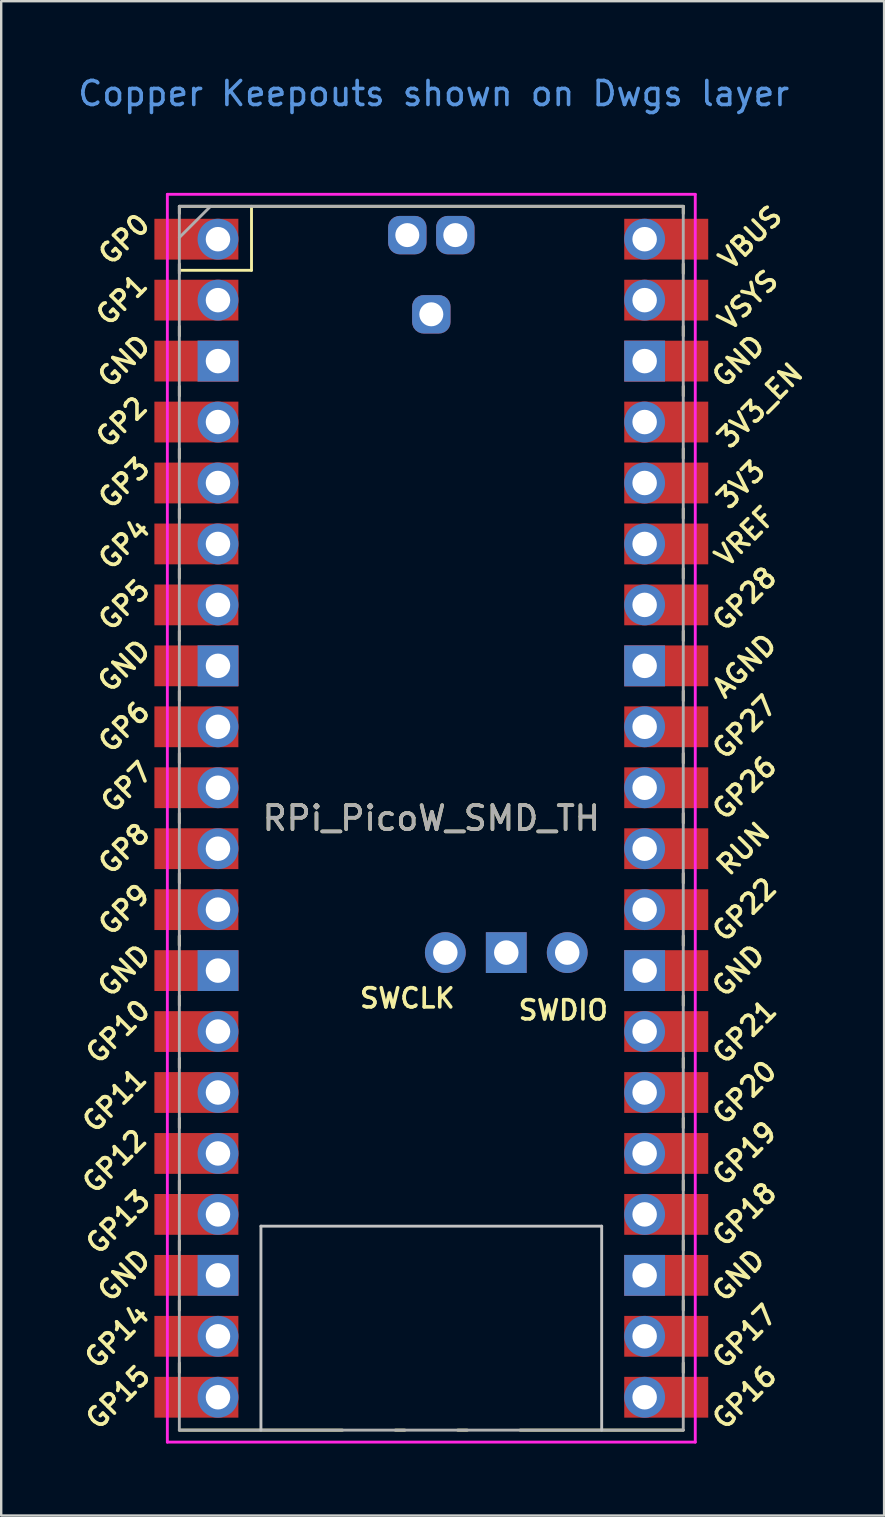
<source format=kicad_pcb>
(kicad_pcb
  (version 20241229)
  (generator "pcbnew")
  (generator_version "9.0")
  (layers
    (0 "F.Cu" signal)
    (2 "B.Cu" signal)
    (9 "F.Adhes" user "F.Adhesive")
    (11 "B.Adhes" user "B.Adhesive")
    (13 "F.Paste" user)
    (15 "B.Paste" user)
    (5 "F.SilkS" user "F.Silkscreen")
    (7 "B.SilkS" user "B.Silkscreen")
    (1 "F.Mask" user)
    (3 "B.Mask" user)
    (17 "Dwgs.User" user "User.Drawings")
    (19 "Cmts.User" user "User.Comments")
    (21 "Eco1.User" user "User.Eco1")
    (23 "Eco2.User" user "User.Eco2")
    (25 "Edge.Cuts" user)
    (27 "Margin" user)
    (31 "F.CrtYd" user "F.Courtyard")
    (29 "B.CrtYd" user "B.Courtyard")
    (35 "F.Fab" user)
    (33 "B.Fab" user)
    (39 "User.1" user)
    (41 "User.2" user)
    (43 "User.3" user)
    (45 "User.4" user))
  (footprint "RPi_PicoW_SMD_TH"
    (layer "F.Cu")
    (at 14.924 31.048)
    (property "Reference" "RPi_PicoW_SMD_TH" (at 0 0 0) (layer "F.SilkS") (effects (font (size 1 1) (thickness 0.15))))
    (attr through_hole)
    (fp_line (start -10.5 -25.5) (end -10.5 -25.2) (stroke (width 0.12) (type solid)) (layer "F.SilkS"))
    (fp_line (start -10.5 -25.5) (end 10.5 -25.5) (stroke (width 0.12) (type solid)) (layer "F.SilkS"))
    (fp_line (start -10.5 -23.1) (end -10.5 -22.7) (stroke (width 0.12) (type solid)) (layer "F.SilkS"))
    (fp_line (start -10.5 -22.833) (end -7.493 -22.833) (stroke (width 0.12) (type solid)) (layer "F.SilkS"))
    (fp_line (start -10.5 -20.5) (end -10.5 -20.1) (stroke (width 0.12) (type solid)) (layer "F.SilkS"))
    (fp_line (start -10.5 -18) (end -10.5 -17.6) (stroke (width 0.12) (type solid)) (layer "F.SilkS"))
    (fp_line (start -10.5 -15.4) (end -10.5 -15) (stroke (width 0.12) (type solid)) (layer "F.SilkS"))
    (fp_line (start -10.5 -12.9) (end -10.5 -12.5) (stroke (width 0.12) (type solid)) (layer "F.SilkS"))
    (fp_line (start -10.5 -10.4) (end -10.5 -10) (stroke (width 0.12) (type solid)) (layer "F.SilkS"))
    (fp_line (start -10.5 -7.8) (end -10.5 -7.4) (stroke (width 0.12) (type solid)) (layer "F.SilkS"))
    (fp_line (start -10.5 -5.3) (end -10.5 -4.9) (stroke (width 0.12) (type solid)) (layer "F.SilkS"))
    (fp_line (start -10.5 -2.7) (end -10.5 -2.3) (stroke (width 0.12) (type solid)) (layer "F.SilkS"))
    (fp_line (start -10.5 -0.2) (end -10.5 0.2) (stroke (width 0.12) (type solid)) (layer "F.SilkS"))
    (fp_line (start -10.5 2.3) (end -10.5 2.7) (stroke (width 0.12) (type solid)) (layer "F.SilkS"))
    (fp_line (start -10.5 4.9) (end -10.5 5.3) (stroke (width 0.12) (type solid)) (layer "F.SilkS"))
    (fp_line (start -10.5 4.9) (end -10.5 5.3) (stroke (width 0.12) (type solid)) (layer "F.SilkS"))
    (fp_line (start -10.5 7.4) (end -10.5 7.8) (stroke (width 0.12) (type solid)) (layer "F.SilkS"))
    (fp_line (start -10.5 10) (end -10.5 10.4) (stroke (width 0.12) (type solid)) (layer "F.SilkS"))
    (fp_line (start -10.5 12.5) (end -10.5 12.9) (stroke (width 0.12) (type solid)) (layer "F.SilkS"))
    (fp_line (start -10.5 15.1) (end -10.5 15.5) (stroke (width 0.12) (type solid)) (layer "F.SilkS"))
    (fp_line (start -10.5 17.6) (end -10.5 18) (stroke (width 0.12) (type solid)) (layer "F.SilkS"))
    (fp_line (start -10.5 20.1) (end -10.5 20.5) (stroke (width 0.12) (type solid)) (layer "F.SilkS"))
    (fp_line (start -10.5 22.7) (end -10.5 23.1) (stroke (width 0.12) (type solid)) (layer "F.SilkS"))
    (fp_line (start -7.493 -22.833) (end -7.493 -25.5) (stroke (width 0.12) (type solid)) (layer "F.SilkS"))
    (fp_line (start -3.7 25.5) (end -10.5 25.5) (stroke (width 0.12) (type solid)) (layer "F.SilkS"))
    (fp_line (start -1.5 25.5) (end -1.1 25.5) (stroke (width 0.12) (type solid)) (layer "F.SilkS"))
    (fp_line (start 1.1 25.5) (end 1.5 25.5) (stroke (width 0.12) (type solid)) (layer "F.SilkS"))
    (fp_line (start 10.5 -25.5) (end 10.5 -25.2) (stroke (width 0.12) (type solid)) (layer "F.SilkS"))
    (fp_line (start 10.5 -23.1) (end 10.5 -22.7) (stroke (width 0.12) (type solid)) (layer "F.SilkS"))
    (fp_line (start 10.5 -20.5) (end 10.5 -20.1) (stroke (width 0.12) (type solid)) (layer "F.SilkS"))
    (fp_line (start 10.5 -18) (end 10.5 -17.6) (stroke (width 0.12) (type solid)) (layer "F.SilkS"))
    (fp_line (start 10.5 -15.4) (end 10.5 -15) (stroke (width 0.12) (type solid)) (layer "F.SilkS"))
    (fp_line (start 10.5 -12.9) (end 10.5 -12.5) (stroke (width 0.12) (type solid)) (layer "F.SilkS"))
    (fp_line (start 10.5 -10.4) (end 10.5 -10) (stroke (width 0.12) (type solid)) (layer "F.SilkS"))
    (fp_line (start 10.5 -7.8) (end 10.5 -7.4) (stroke (width 0.12) (type solid)) (layer "F.SilkS"))
    (fp_line (start 10.5 -5.3) (end 10.5 -4.9) (stroke (width 0.12) (type solid)) (layer "F.SilkS"))
    (fp_line (start 10.5 -2.7) (end 10.5 -2.3) (stroke (width 0.12) (type solid)) (layer "F.SilkS"))
    (fp_line (start 10.5 -0.2) (end 10.5 0.2) (stroke (width 0.12) (type solid)) (layer "F.SilkS"))
    (fp_line (start 10.5 2.3) (end 10.5 2.7) (stroke (width 0.12) (type solid)) (layer "F.SilkS"))
    (fp_line (start 10.5 4.9) (end 10.5 5.3) (stroke (width 0.12) (type solid)) (layer "F.SilkS"))
    (fp_line (start 10.5 7.4) (end 10.5 7.8) (stroke (width 0.12) (type solid)) (layer "F.SilkS"))
    (fp_line (start 10.5 10) (end 10.5 10.4) (stroke (width 0.12) (type solid)) (layer "F.SilkS"))
    (fp_line (start 10.5 12.5) (end 10.5 12.9) (stroke (width 0.12) (type solid)) (layer "F.SilkS"))
    (fp_line (start 10.5 15.1) (end 10.5 15.5) (stroke (width 0.12) (type solid)) (layer "F.SilkS"))
    (fp_line (start 10.5 17.6) (end 10.5 18) (stroke (width 0.12) (type solid)) (layer "F.SilkS"))
    (fp_line (start 10.5 20.1) (end 10.5 20.5) (stroke (width 0.12) (type solid)) (layer "F.SilkS"))
    (fp_line (start 10.5 22.7) (end 10.5 23.1) (stroke (width 0.12) (type solid)) (layer "F.SilkS"))
    (fp_line (start 10.5 25.5) (end 3.7 25.5) (stroke (width 0.12) (type solid)) (layer "F.SilkS"))
    (fp_line (start -7.1 17) (end 7.1 17) (stroke (width 0.12) (type solid)) (layer "Dwgs.User"))
    (fp_line (start -7.1 25.5) (end -7.1 17) (stroke (width 0.12) (type solid)) (layer "Dwgs.User"))
    (fp_line (start 7.1 17) (end 7.1 25.5) (stroke (width 0.12) (type solid)) (layer "Dwgs.User"))
    (fp_line (start -11 -26) (end 11 -26) (stroke (width 0.12) (type solid)) (layer "F.CrtYd"))
    (fp_line (start -11 26) (end -11 -26) (stroke (width 0.12) (type solid)) (layer "F.CrtYd"))
    (fp_line (start 11 -26) (end 11 26) (stroke (width 0.12) (type solid)) (layer "F.CrtYd"))
    (fp_line (start 11 26) (end -11 26) (stroke (width 0.12) (type solid)) (layer "F.CrtYd"))
    (fp_line (start -10.5 -25.5) (end 10.5 -25.5) (stroke (width 0.12) (type solid)) (layer "F.Fab"))
    (fp_line (start -10.5 -24.2) (end -9.2 -25.5) (stroke (width 0.12) (type solid)) (layer "F.Fab"))
    (fp_line (start -10.5 25.5) (end -10.5 -25.5) (stroke (width 0.12) (type solid)) (layer "F.Fab"))
    (fp_line (start 10.5 -25.5) (end 10.5 25.5) (stroke (width 0.12) (type solid)) (layer "F.Fab"))
    (fp_line (start 10.5 25.5) (end -10.5 25.5) (stroke (width 0.12) (type solid)) (layer "F.Fab"))
    (fp_text user "GND" (at -12.8 6.35 45) (layer "F.SilkS") (effects (font (size 0.8 0.8) (thickness 0.15))))
    (fp_text user "GP3" (at -12.8 -13.97 45) (layer "F.SilkS") (effects (font (size 0.8 0.8) (thickness 0.15))))
    (fp_text user "GP18" (at 13.054 16.51 45) (layer "F.SilkS") (effects (font (size 0.8 0.8) (thickness 0.15))))
    (fp_text user "VREF" (at 13.068 -11.742 45) (layer "F.SilkS") (effects (font (size 0.8 0.8) (thickness 0.15))))
    (fp_text user "GP16" (at 13.054 24.13 45) (layer "F.SilkS") (effects (font (size 0.8 0.8) (thickness 0.15))))
    (fp_text user "GP9" (at -12.8 3.81 45) (layer "F.SilkS") (effects (font (size 0.8 0.8) (thickness 0.15))))
    (fp_text user "GND" (at -12.8 -6.35 45) (layer "F.SilkS") (effects (font (size 0.8 0.8) (thickness 0.15))))
    (fp_text user "GP14" (at -13.1 21.59 45) (layer "F.SilkS") (effects (font (size 0.8 0.8) (thickness 0.15))))
    (fp_text user "GP27" (at 13.054 -3.8 45) (layer "F.SilkS") (effects (font (size 0.8 0.8) (thickness 0.15))))
    (fp_text user "VSYS" (at 13.2 -21.59 45) (layer "F.SilkS") (effects (font (size 0.8 0.8) (thickness 0.15))))
    (fp_text user "GP20" (at 13.054 11.43 45) (layer "F.SilkS") (effects (font (size 0.8 0.8) (thickness 0.15))))
    (fp_text user "3V3_EN" (at 13.7 -17.2 45) (layer "F.SilkS") (effects (font (size 0.8 0.8) (thickness 0.15))))
    (fp_text user "RUN" (at 13 1.27 45) (layer "F.SilkS") (effects (font (size 0.8 0.8) (thickness 0.15))))
    (fp_text user "GP19" (at 13.054 13.97 45) (layer "F.SilkS") (effects (font (size 0.8 0.8) (thickness 0.15))))
    (fp_text user "GP22" (at 13.054 3.81 45) (layer "F.SilkS") (effects (font (size 0.8 0.8) (thickness 0.15))))
    (fp_text user "GND" (at 12.8 19.05 45) (layer "F.SilkS") (effects (font (size 0.8 0.8) (thickness 0.15))))
    (fp_text user "GND" (at 12.8 6.35 45) (layer "F.SilkS") (effects (font (size 0.8 0.8) (thickness 0.15))))
    (fp_text user "GP12" (at -13.2 14.293 45) (layer "F.SilkS") (effects (font (size 0.8 0.8) (thickness 0.15))))
    (fp_text user "GP0" (at -12.8 -24.13 45) (layer "F.SilkS") (effects (font (size 0.8 0.8) (thickness 0.15))))
    (fp_text user "GP17" (at 13.054 21.59 45) (layer "F.SilkS") (effects (font (size 0.8 0.8) (thickness 0.15))))
    (fp_text user "GP6" (at -12.8 -3.81 45) (layer "F.SilkS") (effects (font (size 0.8 0.8) (thickness 0.15))))
    (fp_text user "AGND" (at 13.054 -6.35 45) (layer "F.SilkS") (effects (font (size 0.8 0.8) (thickness 0.15))))
    (fp_text user "GP1" (at -12.9 -21.6 45) (layer "F.SilkS") (effects (font (size 0.8 0.8) (thickness 0.15))))
    (fp_text user "SWCLK" (at -1 7.5 0) (layer "F.SilkS") (effects (font (size 0.8 0.8) (thickness 0.15))))
    (fp_text user "GND" (at -12.8 -19.05 45) (layer "F.SilkS") (effects (font (size 0.8 0.8) (thickness 0.15))))
    (fp_text user "GND" (at 12.8 -19.05 45) (layer "F.SilkS") (effects (font (size 0.8 0.8) (thickness 0.15))))
    (fp_text user "GP10" (at -13.054 8.89 45) (layer "F.SilkS") (effects (font (size 0.8 0.8) (thickness 0.15))))
    (fp_text user "GP11" (at -13.2 11.752 45) (layer "F.SilkS") (effects (font (size 0.8 0.8) (thickness 0.15))))
    (fp_text user "GP4" (at -12.8 -11.43 45) (layer "F.SilkS") (effects (font (size 0.8 0.8) (thickness 0.15))))
    (fp_text user "GP5" (at -12.8 -8.89 45) (layer "F.SilkS") (effects (font (size 0.8 0.8) (thickness 0.15))))
    (fp_text user "GP26" (at 13.054 -1.27 45) (layer "F.SilkS") (effects (font (size 0.8 0.8) (thickness 0.15))))
    (fp_text user "GP21" (at 13.054 8.9 45) (layer "F.SilkS") (effects (font (size 0.8 0.8) (thickness 0.15))))
    (fp_text user "GP8" (at -12.8 1.27 45) (layer "F.SilkS") (effects (font (size 0.8 0.8) (thickness 0.15))))
    (fp_text user "GP2" (at -12.9 -16.51 45) (layer "F.SilkS") (effects (font (size 0.8 0.8) (thickness 0.15))))
    (fp_text user "GP28" (at 13.054 -9.144 45) (layer "F.SilkS") (effects (font (size 0.8 0.8) (thickness 0.15))))
    (fp_text user "GP13" (at -13.054 16.832 45) (layer "F.SilkS") (effects (font (size 0.8 0.8) (thickness 0.15))))
    (fp_text user "GP15" (at -13.054 24.13 45) (layer "F.SilkS") (effects (font (size 0.8 0.8) (thickness 0.15))))
    (fp_text user "GND" (at -12.8 19.05 45) (layer "F.SilkS") (effects (font (size 0.8 0.8) (thickness 0.15))))
    (fp_text user "GP7" (at -12.7 -1.3 45) (layer "F.SilkS") (effects (font (size 0.8 0.8) (thickness 0.15))))
    (fp_text user "VBUS" (at 13.3 -24.2 45) (layer "F.SilkS") (effects (font (size 0.8 0.8) (thickness 0.15))))
    (fp_text user "SWDIO" (at 5.5 8 0) (layer "F.SilkS") (effects (font (size 0.8 0.8) (thickness 0.15))))
    (fp_text user "3V3" (at 12.9 -13.9 45) (layer "F.SilkS") (effects (font (size 0.8 0.8) (thickness 0.15))))
    (fp_text user "Copper Keepouts shown on Dwgs layer" (at 0.1 -30.2 0) (layer "Cmts.User") (effects (font (size 1 1) (thickness 0.15))))
    (fp_text user "${REFERENCE}" (at 0 0 180) (layer "F.Fab") (effects (font (size 1 1) (thickness 0.15))))
    (pad "1" thru_hole oval (at -8.89 -24.13) (size 1.7 1.7) (drill 1.02) (layers "*.Cu" "*.Mask"))
    (pad "1" smd rect (at -8.89 -24.13) (size 3.5 1.7) (drill (offset -0.9 0)) (layers "F.Cu" "F.Mask"))
    (pad "2" thru_hole oval (at -8.89 -21.59) (size 1.7 1.7) (drill 1.02) (layers "*.Cu" "*.Mask"))
    (pad "2" smd rect (at -8.89 -21.59) (size 3.5 1.7) (drill (offset -0.9 0)) (layers "F.Cu" "F.Mask"))
    (pad "3" thru_hole rect (at -8.89 -19.05) (size 1.7 1.7) (drill 1.02) (layers "*.Cu" "*.Mask"))
    (pad "3" smd rect (at -8.89 -19.05) (size 3.5 1.7) (drill (offset -0.9 0)) (layers "F.Cu" "F.Mask"))
    (pad "4" thru_hole oval (at -8.89 -16.51) (size 1.7 1.7) (drill 1.02) (layers "*.Cu" "*.Mask"))
    (pad "4" smd rect (at -8.89 -16.51) (size 3.5 1.7) (drill (offset -0.9 0)) (layers "F.Cu" "F.Mask"))
    (pad "5" thru_hole oval (at -8.89 -13.97) (size 1.7 1.7) (drill 1.02) (layers "*.Cu" "*.Mask"))
    (pad "5" smd rect (at -8.89 -13.97) (size 3.5 1.7) (drill (offset -0.9 0)) (layers "F.Cu" "F.Mask"))
    (pad "6" thru_hole oval (at -8.89 -11.43) (size 1.7 1.7) (drill 1.02) (layers "*.Cu" "*.Mask"))
    (pad "6" smd rect (at -8.89 -11.43) (size 3.5 1.7) (drill (offset -0.9 0)) (layers "F.Cu" "F.Mask"))
    (pad "7" thru_hole oval (at -8.89 -8.89) (size 1.7 1.7) (drill 1.02) (layers "*.Cu" "*.Mask"))
    (pad "7" smd rect (at -8.89 -8.89) (size 3.5 1.7) (drill (offset -0.9 0)) (layers "F.Cu" "F.Mask"))
    (pad "8" thru_hole rect (at -8.89 -6.35) (size 1.7 1.7) (drill 1.02) (layers "*.Cu" "*.Mask"))
    (pad "8" smd rect (at -8.89 -6.35) (size 3.5 1.7) (drill (offset -0.9 0)) (layers "F.Cu" "F.Mask"))
    (pad "9" thru_hole oval (at -8.89 -3.81) (size 1.7 1.7) (drill 1.02) (layers "*.Cu" "*.Mask"))
    (pad "9" smd rect (at -8.89 -3.81) (size 3.5 1.7) (drill (offset -0.9 0)) (layers "F.Cu" "F.Mask"))
    (pad "10" thru_hole oval (at -8.89 -1.27) (size 1.7 1.7) (drill 1.02) (layers "*.Cu" "*.Mask"))
    (pad "10" smd rect (at -8.89 -1.27) (size 3.5 1.7) (drill (offset -0.9 0)) (layers "F.Cu" "F.Mask"))
    (pad "11" thru_hole oval (at -8.89 1.27) (size 1.7 1.7) (drill 1.02) (layers "*.Cu" "*.Mask"))
    (pad "11" smd rect (at -8.89 1.27) (size 3.5 1.7) (drill (offset -0.9 0)) (layers "F.Cu" "F.Mask"))
    (pad "12" thru_hole oval (at -8.89 3.81) (size 1.7 1.7) (drill 1.02) (layers "*.Cu" "*.Mask"))
    (pad "12" smd rect (at -8.89 3.81) (size 3.5 1.7) (drill (offset -0.9 0)) (layers "F.Cu" "F.Mask"))
    (pad "13" thru_hole rect (at -8.89 6.35) (size 1.7 1.7) (drill 1.02) (layers "*.Cu" "*.Mask"))
    (pad "13" smd rect (at -8.89 6.35) (size 3.5 1.7) (drill (offset -0.9 0)) (layers "F.Cu" "F.Mask"))
    (pad "14" thru_hole oval (at -8.89 8.89) (size 1.7 1.7) (drill 1.02) (layers "*.Cu" "*.Mask"))
    (pad "14" smd rect (at -8.89 8.89) (size 3.5 1.7) (drill (offset -0.9 0)) (layers "F.Cu" "F.Mask"))
    (pad "15" thru_hole oval (at -8.89 11.43) (size 1.7 1.7) (drill 1.02) (layers "*.Cu" "*.Mask"))
    (pad "15" smd rect (at -8.89 11.43) (size 3.5 1.7) (drill (offset -0.9 0)) (layers "F.Cu" "F.Mask"))
    (pad "16" thru_hole oval (at -8.89 13.97) (size 1.7 1.7) (drill 1.02) (layers "*.Cu" "*.Mask"))
    (pad "16" smd rect (at -8.89 13.97) (size 3.5 1.7) (drill (offset -0.9 0)) (layers "F.Cu" "F.Mask"))
    (pad "17" thru_hole oval (at -8.89 16.51) (size 1.7 1.7) (drill 1.02) (layers "*.Cu" "*.Mask"))
    (pad "17" smd rect (at -8.89 16.51) (size 3.5 1.7) (drill (offset -0.9 0)) (layers "F.Cu" "F.Mask"))
    (pad "18" thru_hole rect (at -8.89 19.05) (size 1.7 1.7) (drill 1.02) (layers "*.Cu" "*.Mask"))
    (pad "18" smd rect (at -8.89 19.05) (size 3.5 1.7) (drill (offset -0.9 0)) (layers "F.Cu" "F.Mask"))
    (pad "19" thru_hole oval (at -8.89 21.59) (size 1.7 1.7) (drill 1.02) (layers "*.Cu" "*.Mask"))
    (pad "19" smd rect (at -8.89 21.59) (size 3.5 1.7) (drill (offset -0.9 0)) (layers "F.Cu" "F.Mask"))
    (pad "20" thru_hole oval (at -8.89 24.13) (size 1.7 1.7) (drill 1.02) (layers "*.Cu" "*.Mask"))
    (pad "20" smd rect (at -8.89 24.13) (size 3.5 1.7) (drill (offset -0.9 0)) (layers "F.Cu" "F.Mask"))
    (pad "21" thru_hole oval (at 8.89 24.13) (size 1.7 1.7) (drill 1.02) (layers "*.Cu" "*.Mask"))
    (pad "21" smd rect (at 8.89 24.13) (size 3.5 1.7) (drill (offset 0.9 0)) (layers "F.Cu" "F.Mask"))
    (pad "22" thru_hole oval (at 8.89 21.59) (size 1.7 1.7) (drill 1.02) (layers "*.Cu" "*.Mask"))
    (pad "22" smd rect (at 8.89 21.59) (size 3.5 1.7) (drill (offset 0.9 0)) (layers "F.Cu" "F.Mask"))
    (pad "23" thru_hole rect (at 8.89 19.05) (size 1.7 1.7) (drill 1.02) (layers "*.Cu" "*.Mask"))
    (pad "23" smd rect (at 8.89 19.05) (size 3.5 1.7) (drill (offset 0.9 0)) (layers "F.Cu" "F.Mask"))
    (pad "24" thru_hole oval (at 8.89 16.51) (size 1.7 1.7) (drill 1.02) (layers "*.Cu" "*.Mask"))
    (pad "24" smd rect (at 8.89 16.51) (size 3.5 1.7) (drill (offset 0.9 0)) (layers "F.Cu" "F.Mask"))
    (pad "25" thru_hole oval (at 8.89 13.97) (size 1.7 1.7) (drill 1.02) (layers "*.Cu" "*.Mask"))
    (pad "25" smd rect (at 8.89 13.97) (size 3.5 1.7) (drill (offset 0.9 0)) (layers "F.Cu" "F.Mask"))
    (pad "26" thru_hole oval (at 8.89 11.43) (size 1.7 1.7) (drill 1.02) (layers "*.Cu" "*.Mask"))
    (pad "26" smd rect (at 8.89 11.43) (size 3.5 1.7) (drill (offset 0.9 0)) (layers "F.Cu" "F.Mask"))
    (pad "27" thru_hole oval (at 8.89 8.89) (size 1.7 1.7) (drill 1.02) (layers "*.Cu" "*.Mask"))
    (pad "27" smd rect (at 8.89 8.89) (size 3.5 1.7) (drill (offset 0.9 0)) (layers "F.Cu" "F.Mask"))
    (pad "28" thru_hole rect (at 8.89 6.35) (size 1.7 1.7) (drill 1.02) (layers "*.Cu" "*.Mask"))
    (pad "28" smd rect (at 8.89 6.35) (size 3.5 1.7) (drill (offset 0.9 0)) (layers "F.Cu" "F.Mask"))
    (pad "29" thru_hole oval (at 8.89 3.81) (size 1.7 1.7) (drill 1.02) (layers "*.Cu" "*.Mask"))
    (pad "29" smd rect (at 8.89 3.81) (size 3.5 1.7) (drill (offset 0.9 0)) (layers "F.Cu" "F.Mask"))
    (pad "30" thru_hole oval (at 8.89 1.27) (size 1.7 1.7) (drill 1.02) (layers "*.Cu" "*.Mask"))
    (pad "30" smd rect (at 8.89 1.27) (size 3.5 1.7) (drill (offset 0.9 0)) (layers "F.Cu" "F.Mask"))
    (pad "31" thru_hole oval (at 8.89 -1.27) (size 1.7 1.7) (drill 1.02) (layers "*.Cu" "*.Mask"))
    (pad "31" smd rect (at 8.89 -1.27) (size 3.5 1.7) (drill (offset 0.9 0)) (layers "F.Cu" "F.Mask"))
    (pad "32" thru_hole oval (at 8.89 -3.81) (size 1.7 1.7) (drill 1.02) (layers "*.Cu" "*.Mask"))
    (pad "32" smd rect (at 8.89 -3.81) (size 3.5 1.7) (drill (offset 0.9 0)) (layers "F.Cu" "F.Mask"))
    (pad "33" thru_hole rect (at 8.89 -6.35) (size 1.7 1.7) (drill 1.02) (layers "*.Cu" "*.Mask"))
    (pad "33" smd rect (at 8.89 -6.35) (size 3.5 1.7) (drill (offset 0.9 0)) (layers "F.Cu" "F.Mask"))
    (pad "34" thru_hole oval (at 8.89 -8.89) (size 1.7 1.7) (drill 1.02) (layers "*.Cu" "*.Mask"))
    (pad "34" smd rect (at 8.89 -8.89) (size 3.5 1.7) (drill (offset 0.9 0)) (layers "F.Cu" "F.Mask"))
    (pad "35" thru_hole oval (at 8.89 -11.43) (size 1.7 1.7) (drill 1.02) (layers "*.Cu" "*.Mask"))
    (pad "35" smd rect (at 8.89 -11.43) (size 3.5 1.7) (drill (offset 0.9 0)) (layers "F.Cu" "F.Mask"))
    (pad "36" thru_hole oval (at 8.89 -13.97) (size 1.7 1.7) (drill 1.02) (layers "*.Cu" "*.Mask"))
    (pad "36" smd rect (at 8.89 -13.97) (size 3.5 1.7) (drill (offset 0.9 0)) (layers "F.Cu" "F.Mask"))
    (pad "37" thru_hole oval (at 8.89 -16.51) (size 1.7 1.7) (drill 1.02) (layers "*.Cu" "*.Mask"))
    (pad "37" smd rect (at 8.89 -16.51) (size 3.5 1.7) (drill (offset 0.9 0)) (layers "F.Cu" "F.Mask"))
    (pad "38" thru_hole rect (at 8.89 -19.05) (size 1.7 1.7) (drill 1.02) (layers "*.Cu" "*.Mask"))
    (pad "38" smd rect (at 8.89 -19.05) (size 3.5 1.7) (drill (offset 0.9 0)) (layers "F.Cu" "F.Mask"))
    (pad "39" thru_hole oval (at 8.89 -21.59) (size 1.7 1.7) (drill 1.02) (layers "*.Cu" "*.Mask"))
    (pad "39" smd rect (at 8.89 -21.59) (size 3.5 1.7) (drill (offset 0.9 0)) (layers "F.Cu" "F.Mask"))
    (pad "40" thru_hole oval (at 8.89 -24.13) (size 1.7 1.7) (drill 1.02) (layers "*.Cu" "*.Mask"))
    (pad "40" smd rect (at 8.89 -24.13) (size 3.5 1.7) (drill (offset 0.9 0)) (layers "F.Cu" "F.Mask"))
    (pad "41" thru_hole oval (at 0.584 5.6) (size 1.7 1.7) (drill 1.02) (layers "*.Cu" "*.Mask"))
    (pad "42" thru_hole rect (at 3.124 5.6) (size 1.7 1.7) (drill 1.02) (layers "*.Cu" "*.Mask"))
    (pad "43" thru_hole oval (at 5.664 5.6) (size 1.7 1.7) (drill 1.02) (layers "*.Cu" "*.Mask"))
    (pad "44" thru_hole roundrect (at -1 -24.3) (size 1.6 1.6) (drill 1) (layers "*.Cu" "*.Mask") (roundrect_rratio 0.3))
    (pad "45" thru_hole roundrect (at 0 -21) (size 1.6 1.6) (drill 1) (layers "*.Cu" "*.Mask") (roundrect_rratio 0.3))
    (pad "46" thru_hole roundrect (at 1 -24.3) (size 1.6 1.6) (drill 1) (layers "*.Cu" "*.Mask") (roundrect_rratio 0.3)))
  (gr_rect
    (start -3 -3)
    (end 33.793 60.108)
    (stroke (width 0.1) (type default))
    (fill no)
    (layer "Edge.Cuts")))
</source>
